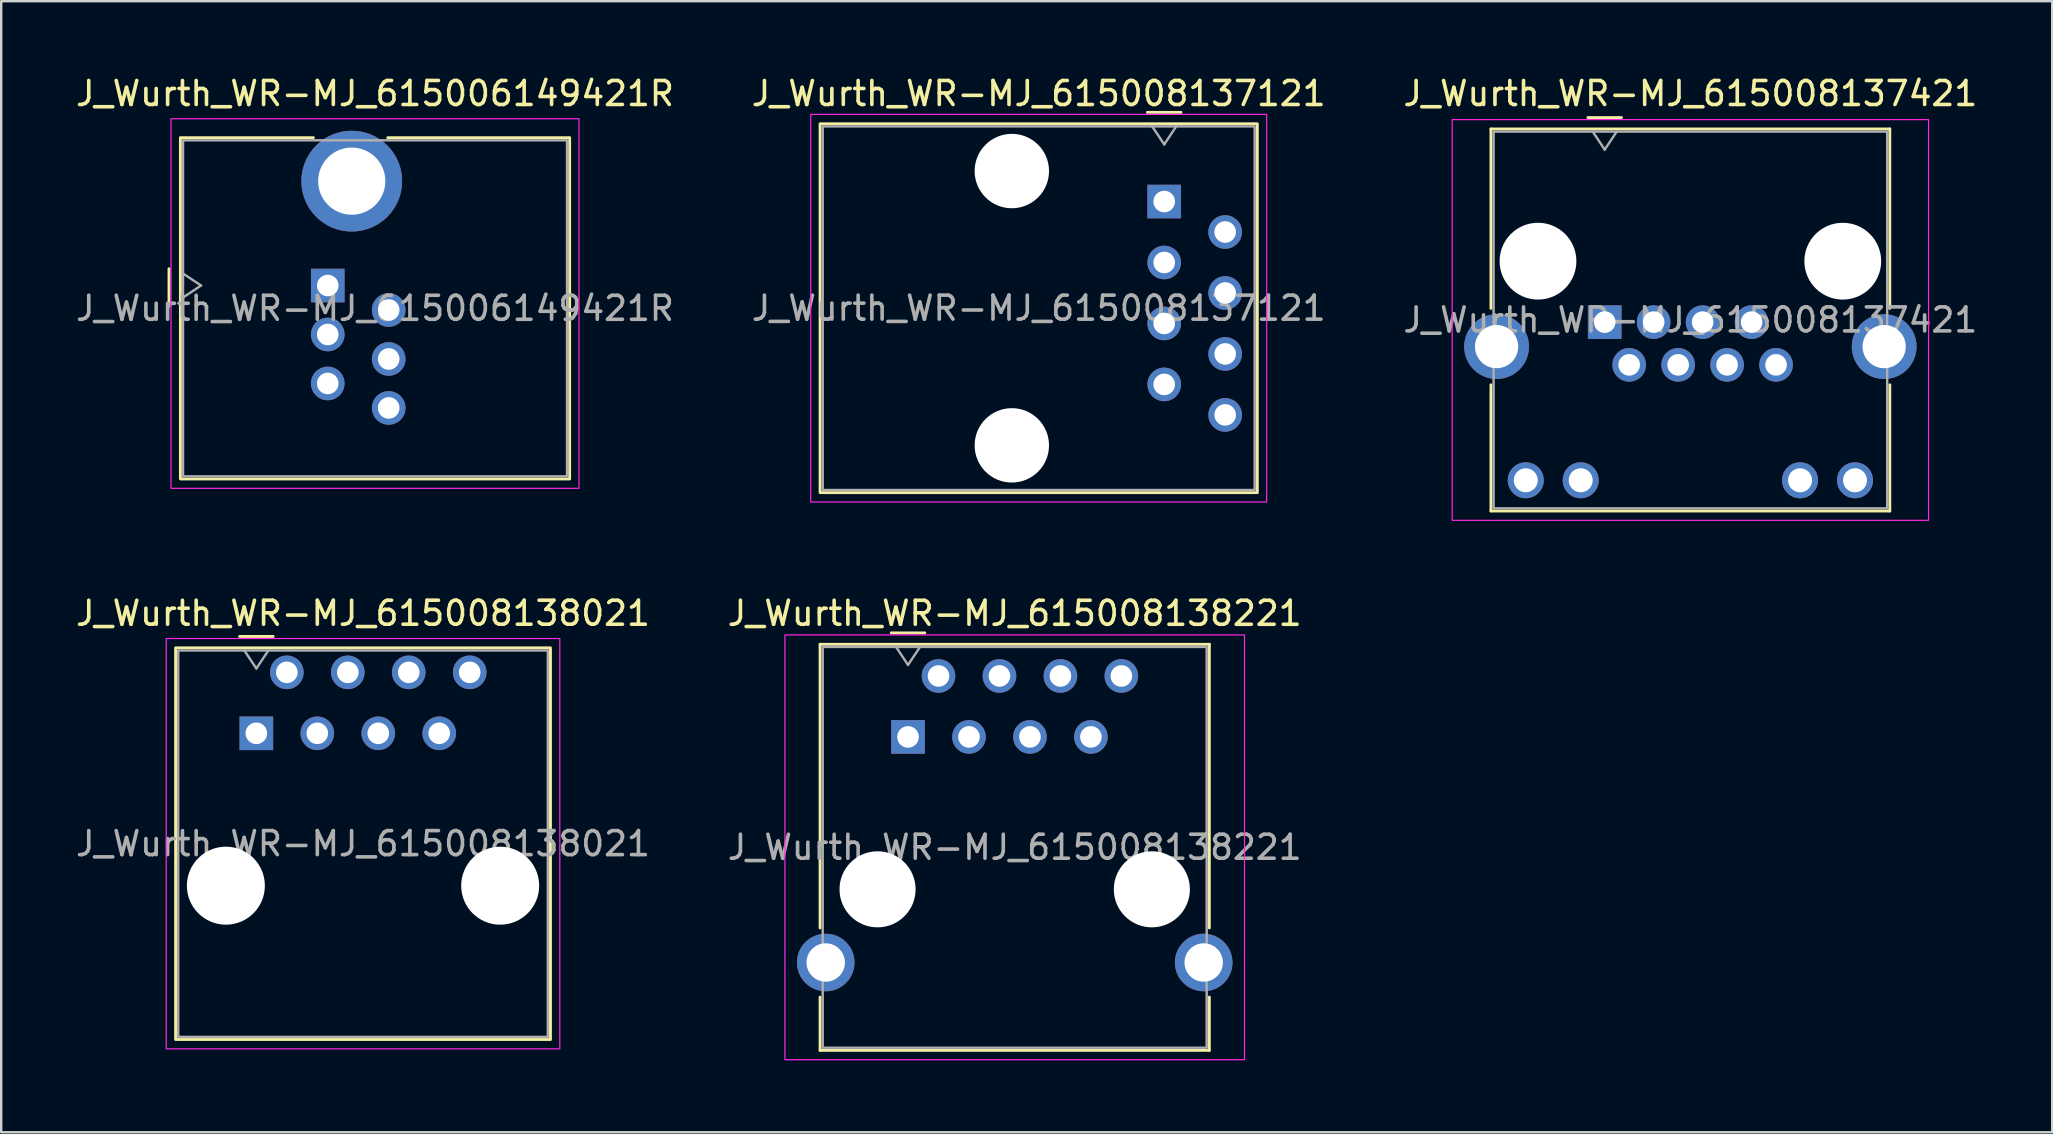
<source format=kicad_pcb>
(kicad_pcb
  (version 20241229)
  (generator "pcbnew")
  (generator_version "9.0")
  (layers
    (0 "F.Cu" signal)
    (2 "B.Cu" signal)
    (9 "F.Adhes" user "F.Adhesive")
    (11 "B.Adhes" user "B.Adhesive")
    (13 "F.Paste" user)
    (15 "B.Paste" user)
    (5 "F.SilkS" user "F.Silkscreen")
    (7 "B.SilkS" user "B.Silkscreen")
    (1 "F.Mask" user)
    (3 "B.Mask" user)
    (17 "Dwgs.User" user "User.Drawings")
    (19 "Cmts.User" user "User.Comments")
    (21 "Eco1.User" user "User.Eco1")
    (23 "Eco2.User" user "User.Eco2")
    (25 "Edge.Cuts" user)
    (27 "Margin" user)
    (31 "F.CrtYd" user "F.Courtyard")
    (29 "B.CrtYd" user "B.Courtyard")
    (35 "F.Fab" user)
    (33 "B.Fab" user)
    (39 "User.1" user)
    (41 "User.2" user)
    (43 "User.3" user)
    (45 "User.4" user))
  (footprint "J_Wurth_WR-MJ_615008138021"
    (layer "F.Cu")
    (at 7.632 27.506)
    (property "Reference" "J_Wurth_WR-MJ_615008138021" (at 4.445 -5 0) (unlocked yes) (layer "F.SilkS") (effects (font (size 1 1) (thickness 0.15))))
    (attr through_hole)
    (fp_line (start 0.7 -4.035) (end -0.7 -4.035) (stroke (width 0.12) (type solid)) (layer "F.SilkS"))
    (fp_rect (start -3.365 -3.56) (end 12.255 12.76) (stroke (width 0.12) (type solid)) (fill no) (layer "F.SilkS"))
    (fp_rect (start -3.755 -3.95) (end 12.645 13.15) (stroke (width 0.05) (type default)) (fill no) (layer "F.CrtYd"))
    (fp_line (start 0 -2.7) (end -0.5 -3.45) (stroke (width 0.1) (type solid)) (layer "F.Fab"))
    (fp_line (start 0 -2.7) (end 0.5 -3.45) (stroke (width 0.1) (type solid)) (layer "F.Fab"))
    (fp_rect (start -3.255 -3.45) (end 12.145 12.65) (stroke (width 0.1) (type solid)) (fill no) (layer "F.Fab"))
    (fp_text user "${REFERENCE}" (at 4.445 4.6 0) (unlocked yes) (layer "F.Fab") (effects (font (size 1 1) (thickness 0.15))))
    (pad "" np_thru_hole circle (at -1.27 6.35 180) (size 3.25 3.25) (drill 3.25) (layers "*.Cu" "*.Mask"))
    (pad "" np_thru_hole circle (at 10.16 6.35 180) (size 3.25 3.25) (drill 3.25) (layers "*.Cu" "*.Mask"))
    (pad "1" thru_hole rect (at 0 0) (size 1.4 1.4) (drill 0.9) (layers "*.Cu" "*.Mask"))
    (pad "2" thru_hole circle (at 1.27 -2.54) (size 1.4 1.4) (drill 0.9) (layers "*.Cu" "*.Mask"))
    (pad "3" thru_hole circle (at 2.54 0) (size 1.4 1.4) (drill 0.9) (layers "*.Cu" "*.Mask"))
    (pad "4" thru_hole circle (at 3.81 -2.54) (size 1.4 1.4) (drill 0.9) (layers "*.Cu" "*.Mask"))
    (pad "5" thru_hole circle (at 5.08 0) (size 1.4 1.4) (drill 0.9) (layers "*.Cu" "*.Mask"))
    (pad "6" thru_hole circle (at 6.35 -2.54) (size 1.4 1.4) (drill 0.9) (layers "*.Cu" "*.Mask"))
    (pad "7" thru_hole circle (at 7.62 0) (size 1.4 1.4) (drill 0.9) (layers "*.Cu" "*.Mask"))
    (pad "8" thru_hole circle (at 8.89 -2.54) (size 1.4 1.4) (drill 0.9) (layers "*.Cu" "*.Mask")))
  (footprint "J_Wurth_WR-MJ_615008137121"
    (layer "F.Cu")
    (at 45.462 5.348)
    (property "Reference" "J_Wurth_WR-MJ_615008137121" (at -5.23 -4.5 0) (unlocked yes) (layer "F.SilkS") (effects (font (size 1 1) (thickness 0.15))))
    (attr through_hole)
    (fp_line (start 0.7 -3.715) (end -0.7 -3.715) (stroke (width 0.12) (type solid)) (layer "F.SilkS"))
    (fp_rect (start -14.34 -3.24) (end 3.88 12.13) (stroke (width 0.12) (type solid)) (fill no) (layer "F.SilkS"))
    (fp_rect (start -14.73 -3.63) (end 4.27 12.52) (stroke (width 0.05) (type default)) (fill no) (layer "F.CrtYd"))
    (fp_line (start 0 -2.38) (end -0.5 -3.13) (stroke (width 0.1) (type solid)) (layer "F.Fab"))
    (fp_line (start 0 -2.38) (end 0.5 -3.13) (stroke (width 0.1) (type solid)) (layer "F.Fab"))
    (fp_rect (start -14.23 -3.13) (end 3.77 12.02) (stroke (width 0.1) (type solid)) (fill no) (layer "F.Fab"))
    (fp_text user "${REFERENCE}" (at -5.23 4.445 0) (unlocked yes) (layer "F.Fab") (effects (font (size 1 1) (thickness 0.15))))
    (pad "" np_thru_hole circle (at -6.35 -1.27 270) (size 3.1 3.1) (drill 3.1) (layers "*.Cu" "*.Mask"))
    (pad "" np_thru_hole circle (at -6.35 10.16 270) (size 3.1 3.1) (drill 3.1) (layers "*.Cu" "*.Mask"))
    (pad "1" thru_hole rect (at 0 0 270) (size 1.4 1.4) (drill 0.9) (layers "*.Cu" "*.Mask"))
    (pad "2" thru_hole circle (at 2.54 1.27 270) (size 1.4 1.4) (drill 0.9) (layers "*.Cu" "*.Mask"))
    (pad "3" thru_hole circle (at 0 2.54 270) (size 1.4 1.4) (drill 0.9) (layers "*.Cu" "*.Mask"))
    (pad "4" thru_hole circle (at 2.54 3.81 270) (size 1.4 1.4) (drill 0.9) (layers "*.Cu" "*.Mask"))
    (pad "5" thru_hole circle (at 0 5.08 270) (size 1.4 1.4) (drill 0.9) (layers "*.Cu" "*.Mask"))
    (pad "6" thru_hole circle (at 2.54 6.35 270) (size 1.4 1.4) (drill 0.9) (layers "*.Cu" "*.Mask"))
    (pad "7" thru_hole circle (at 0 7.62 270) (size 1.4 1.4) (drill 0.9) (layers "*.Cu" "*.Mask"))
    (pad "8" thru_hole circle (at 2.54 8.89 270) (size 1.4 1.4) (drill 0.9) (layers "*.Cu" "*.Mask")))
  (footprint "J_Wurth_WR-MJ_615008137421"
    (layer "F.Cu")
    (at 63.817 10.373)
    (property "Reference" "J_Wurth_WR-MJ_615008137421" (at 3.57 -9.525 0) (unlocked yes) (layer "F.SilkS") (effects (font (size 1 1) (thickness 0.15))))
    (attr through_hole)
    (fp_line (start -4.74 -8.05) (end 11.88 -8.05) (stroke (width 0.12) (type solid)) (layer "F.SilkS"))
    (fp_line (start -4.74 -0.573) (end -4.74 -8.05) (stroke (width 0.12) (type solid)) (layer "F.SilkS"))
    (fp_line (start -4.74 2.613) (end -4.74 7.87) (stroke (width 0.12) (type solid)) (layer "F.SilkS"))
    (fp_line (start 0.7 -8.525) (end -0.7 -8.525) (stroke (width 0.12) (type solid)) (layer "F.SilkS"))
    (fp_line (start 11.88 -0.573) (end 11.88 -8.05) (stroke (width 0.12) (type solid)) (layer "F.SilkS"))
    (fp_line (start 11.88 2.613) (end 11.88 7.87) (stroke (width 0.12) (type solid)) (layer "F.SilkS"))
    (fp_line (start 11.88 7.87) (end -4.74 7.87) (stroke (width 0.12) (type solid)) (layer "F.SilkS"))
    (fp_rect (start -6.355 -8.44) (end 13.495 8.26) (stroke (width 0.05) (type solid)) (fill no) (layer "F.CrtYd"))
    (fp_line (start 0 -7.19) (end -0.5 -7.94) (stroke (width 0.1) (type solid)) (layer "F.Fab"))
    (fp_line (start 0 -7.19) (end 0.5 -7.94) (stroke (width 0.1) (type solid)) (layer "F.Fab"))
    (fp_rect (start -4.63 -7.94) (end 11.77 7.76) (stroke (width 0.1) (type solid)) (fill no) (layer "F.Fab"))
    (fp_text user "${REFERENCE}" (at 3.57 -0.09 0) (unlocked yes) (layer "F.Fab") (effects (font (size 1 1) (thickness 0.15))))
    (pad "" np_thru_hole circle (at -2.78 -2.54 180) (size 3.2 3.2) (drill 3.2) (layers "*.Cu" "*.Mask"))
    (pad "" np_thru_hole circle (at 9.92 -2.54 180) (size 3.2 3.2) (drill 3.2) (layers "*.Cu" "*.Mask"))
    (pad "1" thru_hole rect (at 0 0 180) (size 1.4 1.4) (drill 0.9) (layers "*.Cu" "*.Mask"))
    (pad "2" thru_hole circle (at 1.02 1.78 180) (size 1.4 1.4) (drill 0.9) (layers "*.Cu" "*.Mask"))
    (pad "3" thru_hole circle (at 2.04 0 180) (size 1.4 1.4) (drill 0.9) (layers "*.Cu" "*.Mask"))
    (pad "4" thru_hole circle (at 3.06 1.78 180) (size 1.4 1.4) (drill 0.9) (layers "*.Cu" "*.Mask"))
    (pad "5" thru_hole circle (at 4.08 0 180) (size 1.4 1.4) (drill 0.9) (layers "*.Cu" "*.Mask"))
    (pad "6" thru_hole circle (at 5.1 1.78 180) (size 1.4 1.4) (drill 0.9) (layers "*.Cu" "*.Mask"))
    (pad "7" thru_hole circle (at 6.12 0 180) (size 1.4 1.4) (drill 0.9) (layers "*.Cu" "*.Mask"))
    (pad "8" thru_hole circle (at 7.14 1.78 180) (size 1.4 1.4) (drill 0.9) (layers "*.Cu" "*.Mask"))
    (pad "9" thru_hole circle (at -3.29 6.59 180) (size 1.5 1.5) (drill 1) (layers "*.Cu" "*.Mask"))
    (pad "10" thru_hole circle (at -1 6.59 180) (size 1.5 1.5) (drill 1) (layers "*.Cu" "*.Mask"))
    (pad "11" thru_hole circle (at 8.14 6.59 180) (size 1.5 1.5) (drill 1) (layers "*.Cu" "*.Mask"))
    (pad "12" thru_hole circle (at 10.43 6.59 180) (size 1.5 1.5) (drill 1) (layers "*.Cu" "*.Mask"))
    (pad "S1" thru_hole circle (at 11.645 1.02 180) (size 2.7 2.7) (drill 1.8) (layers "*.Cu" "*.Mask"))
    (pad "S2" thru_hole circle (at -4.505 1.02 180) (size 2.7 2.7) (drill 1.8) (layers "*.Cu" "*.Mask")))
  (footprint "J_Wurth_WR-MJ_615006149421R"
    (layer "F.Cu")
    (at 10.607 8.848)
    (property "Reference" "J_Wurth_WR-MJ_615006149421R" (at 1.97 -8 0) (unlocked yes) (layer "F.SilkS") (effects (font (size 1 1) (thickness 0.15))))
    (attr through_hole)
    (fp_line (start -6.615 -0.7) (end -6.615 0.7) (stroke (width 0.12) (type solid)) (layer "F.SilkS"))
    (fp_line (start -6.14 8.05) (end -6.14 -6.15) (stroke (width 0.12) (type solid)) (layer "F.SilkS"))
    (fp_line (start -6.13 -6.16) (end -0.6 -6.16) (stroke (width 0.12) (type solid)) (layer "F.SilkS"))
    (fp_line (start 2.5 -6.16) (end 10.07 -6.16) (stroke (width 0.12) (type solid)) (layer "F.SilkS"))
    (fp_line (start 10.07 8.06) (end -6.13 8.06) (stroke (width 0.12) (type solid)) (layer "F.SilkS"))
    (fp_line (start 10.08 -6.15) (end 10.08 8.05) (stroke (width 0.12) (type solid)) (layer "F.SilkS"))
    (fp_rect (start -6.53 -6.95) (end 10.47 8.45) (stroke (width 0.05) (type solid)) (fill no) (layer "F.CrtYd"))
    (fp_line (start -5.28 0) (end -6.03 -0.5) (stroke (width 0.1) (type solid)) (layer "F.Fab"))
    (fp_line (start -5.28 0) (end -6.03 0.5) (stroke (width 0.1) (type solid)) (layer "F.Fab"))
    (fp_rect (start -6.03 -6.05) (end 9.97 7.95) (stroke (width 0.1) (type solid)) (fill no) (layer "F.Fab"))
    (fp_text user "${REFERENCE}" (at 1.97 0.95 0) (unlocked yes) (layer "F.Fab") (effects (font (size 1 1) (thickness 0.15))))
    (pad "1" thru_hole rect (at 0 0 270) (size 1.4 1.4) (drill 0.9) (layers "*.Cu" "*.Mask"))
    (pad "2" thru_hole circle (at 2.54 1.02 270) (size 1.4 1.4) (drill 0.9) (layers "*.Cu" "*.Mask"))
    (pad "3" thru_hole circle (at 0 2.04 270) (size 1.4 1.4) (drill 0.9) (layers "*.Cu" "*.Mask"))
    (pad "4" thru_hole circle (at 2.54 3.06 270) (size 1.4 1.4) (drill 0.9) (layers "*.Cu" "*.Mask"))
    (pad "5" thru_hole circle (at 0 4.08 270) (size 1.4 1.4) (drill 0.9) (layers "*.Cu" "*.Mask"))
    (pad "6" thru_hole circle (at 2.54 5.1 270) (size 1.4 1.4) (drill 0.9) (layers "*.Cu" "*.Mask"))
    (pad "S1" thru_hole circle (at 1 -4.35 270) (size 4.2 4.2) (drill 2.8) (layers "*.Cu" "*.Mask")))
  (footprint "J_Wurth_WR-MJ_615008138221"
    (layer "F.Cu")
    (at 34.787 27.657)
    (property "Reference" "J_Wurth_WR-MJ_615008138221" (at 4.445 -5.15 0) (unlocked yes) (layer "F.SilkS") (effects (font (size 1 1) (thickness 0.15))))
    (attr through_hole)
    (fp_line (start -3.665 7.959) (end -3.665 -3.86) (stroke (width 0.12) (type solid)) (layer "F.SilkS"))
    (fp_line (start -3.665 10.841) (end -3.665 13.06) (stroke (width 0.12) (type solid)) (layer "F.SilkS"))
    (fp_line (start 0.7 -4.335) (end -0.7 -4.335) (stroke (width 0.12) (type solid)) (layer "F.SilkS"))
    (fp_line (start 12.555 -3.86) (end -3.665 -3.86) (stroke (width 0.12) (type solid)) (layer "F.SilkS"))
    (fp_line (start 12.555 7.959) (end 12.555 -3.86) (stroke (width 0.12) (type solid)) (layer "F.SilkS"))
    (fp_line (start 12.555 10.841) (end 12.555 13.06) (stroke (width 0.12) (type solid)) (layer "F.SilkS"))
    (fp_line (start 12.555 13.06) (end -3.665 13.06) (stroke (width 0.12) (type solid)) (layer "F.SilkS"))
    (fp_rect (start -5.13 -4.25) (end 14.02 13.45) (stroke (width 0.05) (type solid)) (fill no) (layer "F.CrtYd"))
    (fp_line (start 0 -3) (end -0.5 -3.75) (stroke (width 0.1) (type solid)) (layer "F.Fab"))
    (fp_line (start 0 -3) (end 0.5 -3.75) (stroke (width 0.1) (type solid)) (layer "F.Fab"))
    (fp_rect (start -3.555 -3.75) (end 12.445 12.95) (stroke (width 0.1) (type solid)) (fill no) (layer "F.Fab"))
    (fp_text user "${REFERENCE}" (at 4.445 4.6 0) (unlocked yes) (layer "F.Fab") (effects (font (size 1 1) (thickness 0.15))))
    (pad "" np_thru_hole circle (at -1.27 6.35) (size 3.17 3.17) (drill 3.17) (layers "*.Cu" "*.Mask"))
    (pad "" np_thru_hole circle (at 10.16 6.35) (size 3.17 3.17) (drill 3.17) (layers "*.Cu" "*.Mask"))
    (pad "1" thru_hole rect (at 0 0) (size 1.4 1.4) (drill 0.9) (layers "*.Cu" "*.Mask"))
    (pad "2" thru_hole circle (at 1.27 -2.54) (size 1.4 1.4) (drill 0.9) (layers "*.Cu" "*.Mask"))
    (pad "3" thru_hole circle (at 2.54 0) (size 1.4 1.4) (drill 0.9) (layers "*.Cu" "*.Mask"))
    (pad "4" thru_hole circle (at 3.81 -2.54) (size 1.4 1.4) (drill 0.9) (layers "*.Cu" "*.Mask"))
    (pad "5" thru_hole circle (at 5.08 0) (size 1.4 1.4) (drill 0.9) (layers "*.Cu" "*.Mask"))
    (pad "6" thru_hole circle (at 6.35 -2.54) (size 1.4 1.4) (drill 0.9) (layers "*.Cu" "*.Mask"))
    (pad "7" thru_hole circle (at 7.62 0) (size 1.4 1.4) (drill 0.9) (layers "*.Cu" "*.Mask"))
    (pad "8" thru_hole circle (at 8.89 -2.54) (size 1.4 1.4) (drill 0.9) (layers "*.Cu" "*.Mask"))
    (pad "S1" thru_hole circle (at -3.43 9.4) (size 2.4 2.4) (drill 1.6) (layers "*.Cu" "*.Mask"))
    (pad "S2" thru_hole circle (at 12.32 9.4) (size 2.4 2.4) (drill 1.6) (layers "*.Cu" "*.Mask")))
  (gr_rect
    (start -3 -3)
    (end 82.464 44.132)
    (stroke (width 0.1) (type default))
    (fill no)
    (layer "Edge.Cuts")))
</source>
